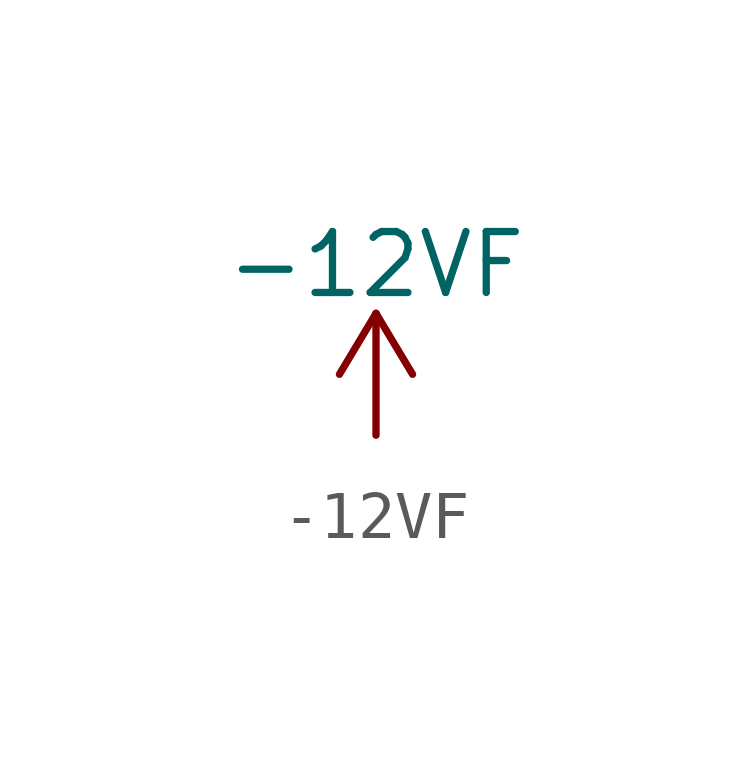
<source format=kicad_sym>
(kicad_symbol_lib
  (version 20211014)
  (generator kicad_symbol_editor)
  (symbol "-12VF"
    (power)
    (pin_names
      (offset 0))
    (property "Reference" "#PWR"
      (at 0 -3.81 0)
      (effects (font (size 1.27 1.27)) hide))
    (property "Value" "-12VF"
      (at 0 3.556 0)
      (effects (font (size 1.27 1.27))))
    (symbol "-12VF_0_1"
      (polyline (pts (xy -0.762 1.27) (xy 0 2.54)) (stroke (width 0) (type default) (color 0 0 0 0)) (fill (type none)))
      (polyline (pts (xy 0 0) (xy 0 2.54)) (stroke (width 0) (type default) (color 0 0 0 0)) (fill (type none)))
      (polyline (pts (xy 0 2.54) (xy 0.762 1.27)) (stroke (width 0) (type default) (color 0 0 0 0)) (fill (type none))))
    (symbol "-12VF_1_1"
      (pin power_in line (at 0 0 90) (length 0) hide (name "-12VF" (effects (font (size 1.27 1.27)))) (number "1" (effects (font (size 1.27 1.27))))))))
</source>
